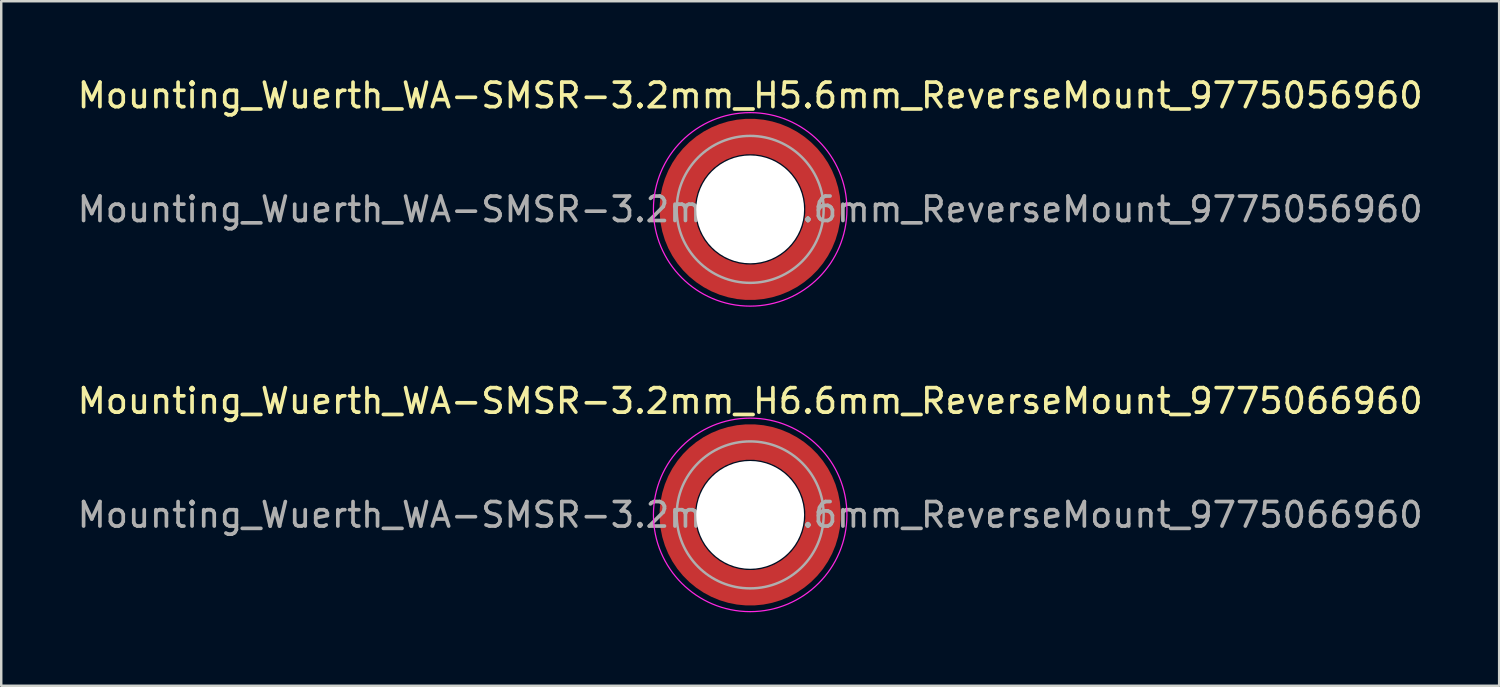
<source format=kicad_pcb>
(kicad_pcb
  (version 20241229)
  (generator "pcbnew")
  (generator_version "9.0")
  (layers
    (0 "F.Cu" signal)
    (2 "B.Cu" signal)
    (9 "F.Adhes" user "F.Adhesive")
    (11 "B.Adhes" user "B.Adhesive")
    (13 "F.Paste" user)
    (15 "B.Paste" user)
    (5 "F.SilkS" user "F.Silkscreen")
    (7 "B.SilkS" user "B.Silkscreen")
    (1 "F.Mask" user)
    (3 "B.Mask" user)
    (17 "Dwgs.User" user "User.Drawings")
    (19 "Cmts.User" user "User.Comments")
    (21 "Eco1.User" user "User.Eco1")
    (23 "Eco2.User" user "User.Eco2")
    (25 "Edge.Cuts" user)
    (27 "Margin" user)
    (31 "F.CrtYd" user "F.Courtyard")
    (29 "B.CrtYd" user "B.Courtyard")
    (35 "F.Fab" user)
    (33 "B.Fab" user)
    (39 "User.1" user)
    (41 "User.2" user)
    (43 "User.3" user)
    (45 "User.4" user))
  (footprint "Mounting_Wuerth_WA-SMSR-3.2mm_H5.6mm_ReverseMount_9775056960"
    (layer "F.Cu")
    (at 27.577 5.498)
    (property "Reference" "Mounting_Wuerth_WA-SMSR-3.2mm_H5.6mm_ReverseMount_9775056960" (at 0 -4.65 0) (layer "F.SilkS") (effects (font (size 1 1) (thickness 0.15))))
    (attr smd)
    (fp_circle (center 0 0) (end 3.95 0) (stroke (width 0.05) (type solid)) (fill no) (layer "F.CrtYd"))
    (fp_circle (center 0 0) (end 3 0) (stroke (width 0.1) (type solid)) (fill no) (layer "F.Fab"))
    (fp_text user "${REFERENCE}" (at 0 0 0) (layer "F.Fab") (effects (font (size 1 1) (thickness 0.15))))
    (pad "" smd custom (at -2.095 -2.095) (size 0.945 0.945) (layers "F.Paste") (options (anchor circle)) (primitives (gr_arc (start -0.24231 1.594804) (mid 0.404104 0.405534) (end 1.592827 -0.241886) (width 0.2)) (gr_arc (start -0.3398 1.594804) (mid 0.335987 0.338711) (end 1.591031 -0.339022) (width 0.2)) (gr_arc (start -0.437132 1.594804) (mid 0.268952 0.270807) (end 1.592231 -0.436623) (width 0.2)) (gr_arc (start -0.534324 1.594804) (mid 0.201345 0.203474) (end 1.591846 -0.53376) (width 0.2)) (gr_arc (start -0.631391 1.594804) (mid 0.134696 0.135183) (end 1.594126 -0.631267) (width 0.2)) (gr_arc (start -0.728345 1.594804) (mid 0.067234 0.067705) (end 1.594149 -0.728229) (width 0.2)) (gr_arc (start -0.825197 1.594804) (mid -0.001218 0.001219) (end 1.591408 -0.824614) (width 0.2)) (gr_arc (start -0.921958 1.594804) (mid -0.068952 -0.065985) (end 1.590665 -0.921269) (width 0.2)) (gr_arc (start -1.018637 1.594804) (mid -0.135972 -0.133906) (end 1.59192 -1.018172) (width 0.2)) (gr_arc (start -1.115239 1.594804) (mid -0.20428 -0.200537) (end 1.589574 -1.11442) (width 0.2)) (gr_arc (start -1.211773 1.594804) (mid -0.26993 -0.269828) (end 1.594662 -1.211752) (width 0.2)) (gr_arc (start -1.308244 1.594804) (mid -0.33911 -0.335587) (end 1.589875 -1.307516) (width 0.2)) (gr_arc (start -1.404657 1.594804) (mid -0.405633 -0.404004) (end 1.592524 -1.404331) (width 0.2)) (gr_arc (start -1.404657 1.594804) (mid -0.405633 -0.404004) (end 1.592524 -1.404331) (width 0.2)) (gr_line (start 1.595 -0.242) (end 1.595 -1.405) (width 0.2)) (gr_line (start -0.242 1.595) (end -1.405 1.595) (width 0.2))))
    (pad "" smd custom (at -2.095 2.095) (size 0.945 0.945) (layers "F.Paste") (options (anchor circle)) (primitives (gr_arc (start 1.594804 0.24231) (mid 0.405534 -0.404104) (end -0.241886 -1.592827) (width 0.2)) (gr_arc (start 1.594804 0.3398) (mid 0.338711 -0.335987) (end -0.339022 -1.591031) (width 0.2)) (gr_arc (start 1.594804 0.437132) (mid 0.270807 -0.268952) (end -0.436623 -1.592231) (width 0.2)) (gr_arc (start 1.594804 0.534324) (mid 0.203474 -0.201345) (end -0.53376 -1.591846) (width 0.2)) (gr_arc (start 1.594804 0.631391) (mid 0.135183 -0.134696) (end -0.631267 -1.594126) (width 0.2)) (gr_arc (start 1.594804 0.728345) (mid 0.067705 -0.067234) (end -0.728229 -1.594149) (width 0.2)) (gr_arc (start 1.594804 0.825197) (mid 0.001219 0.001218) (end -0.824614 -1.591408) (width 0.2)) (gr_arc (start 1.594804 0.921958) (mid -0.065985 0.068952) (end -0.921269 -1.590665) (width 0.2)) (gr_arc (start 1.594804 1.018637) (mid -0.133906 0.135972) (end -1.018172 -1.59192) (width 0.2)) (gr_arc (start 1.594804 1.115239) (mid -0.200537 0.20428) (end -1.11442 -1.589574) (width 0.2)) (gr_arc (start 1.594804 1.211773) (mid -0.269828 0.26993) (end -1.211752 -1.594662) (width 0.2)) (gr_arc (start 1.594804 1.308244) (mid -0.335587 0.33911) (end -1.307516 -1.589875) (width 0.2)) (gr_arc (start 1.594804 1.404657) (mid -0.404004 0.405633) (end -1.404331 -1.592524) (width 0.2)) (gr_arc (start 1.594804 1.404657) (mid -0.404004 0.405633) (end -1.404331 -1.592524) (width 0.2)) (gr_line (start -0.242 -1.595) (end -1.405 -1.595) (width 0.2)) (gr_line (start 1.595 0.242) (end 1.595 1.405) (width 0.2))))
    (pad "" np_thru_hole circle (at 0 0) (size 4.4 4.4) (drill 4.4) (layers "*.Cu" "*.Mask"))
    (pad "" smd custom (at 2.095 -2.095) (size 0.945 0.945) (layers "F.Paste") (options (anchor circle)) (primitives (gr_arc (start -1.594804 -0.24231) (mid -0.405534 0.404104) (end 0.241886 1.592827) (width 0.2)) (gr_arc (start -1.594804 -0.3398) (mid -0.338711 0.335987) (end 0.339022 1.591031) (width 0.2)) (gr_arc (start -1.594804 -0.437132) (mid -0.270807 0.268952) (end 0.436623 1.592231) (width 0.2)) (gr_arc (start -1.594804 -0.534324) (mid -0.203474 0.201345) (end 0.53376 1.591846) (width 0.2)) (gr_arc (start -1.594804 -0.631391) (mid -0.135183 0.134696) (end 0.631267 1.594126) (width 0.2)) (gr_arc (start -1.594804 -0.728345) (mid -0.067705 0.067234) (end 0.728229 1.594149) (width 0.2)) (gr_arc (start -1.594804 -0.825197) (mid -0.001219 -0.001218) (end 0.824614 1.591408) (width 0.2)) (gr_arc (start -1.594804 -0.921958) (mid 0.065985 -0.068952) (end 0.921269 1.590665) (width 0.2)) (gr_arc (start -1.594804 -1.018637) (mid 0.133906 -0.135972) (end 1.018172 1.59192) (width 0.2)) (gr_arc (start -1.594804 -1.115239) (mid 0.200537 -0.20428) (end 1.11442 1.589574) (width 0.2)) (gr_arc (start -1.594804 -1.211773) (mid 0.269828 -0.26993) (end 1.211752 1.594662) (width 0.2)) (gr_arc (start -1.594804 -1.308244) (mid 0.335587 -0.33911) (end 1.307516 1.589875) (width 0.2)) (gr_arc (start -1.594804 -1.404657) (mid 0.404004 -0.405633) (end 1.404331 1.592524) (width 0.2)) (gr_arc (start -1.594804 -1.404657) (mid 0.404004 -0.405633) (end 1.404331 1.592524) (width 0.2)) (gr_line (start 0.242 1.595) (end 1.405 1.595) (width 0.2)) (gr_line (start -1.595 -0.242) (end -1.595 -1.405) (width 0.2))))
    (pad "" smd custom (at 2.095 2.095) (size 0.945 0.945) (layers "F.Paste") (options (anchor circle)) (primitives (gr_arc (start 0.24231 -1.594804) (mid -0.404104 -0.405534) (end -1.592827 0.241886) (width 0.2)) (gr_arc (start 0.3398 -1.594804) (mid -0.335987 -0.338711) (end -1.591031 0.339022) (width 0.2)) (gr_arc (start 0.437132 -1.594804) (mid -0.268952 -0.270807) (end -1.592231 0.436623) (width 0.2)) (gr_arc (start 0.534324 -1.594804) (mid -0.201345 -0.203474) (end -1.591846 0.53376) (width 0.2)) (gr_arc (start 0.631391 -1.594804) (mid -0.134696 -0.135183) (end -1.594126 0.631267) (width 0.2)) (gr_arc (start 0.728345 -1.594804) (mid -0.067234 -0.067705) (end -1.594149 0.728229) (width 0.2)) (gr_arc (start 0.825197 -1.594804) (mid 0.001218 -0.001219) (end -1.591408 0.824614) (width 0.2)) (gr_arc (start 0.921958 -1.594804) (mid 0.068952 0.065985) (end -1.590665 0.921269) (width 0.2)) (gr_arc (start 1.018637 -1.594804) (mid 0.135972 0.133906) (end -1.59192 1.018172) (width 0.2)) (gr_arc (start 1.115239 -1.594804) (mid 0.20428 0.200537) (end -1.589574 1.11442) (width 0.2)) (gr_arc (start 1.211773 -1.594804) (mid 0.26993 0.269828) (end -1.594662 1.211752) (width 0.2)) (gr_arc (start 1.308244 -1.594804) (mid 0.33911 0.335587) (end -1.589875 1.307516) (width 0.2)) (gr_arc (start 1.404657 -1.594804) (mid 0.405633 0.404004) (end -1.592524 1.404331) (width 0.2)) (gr_arc (start 1.404657 -1.594804) (mid 0.405633 0.404004) (end -1.592524 1.404331) (width 0.2)) (gr_line (start -1.595 0.242) (end -1.595 1.405) (width 0.2)) (gr_line (start 0.242 -1.595) (end 1.405 -1.595) (width 0.2))))
    (pad "1" smd circle (at -2.975 0) (size 1.05 1.05) (layers "F.Cu"))
    (pad "1" smd circle (at 0 -2.975) (size 1.05 1.05) (layers "F.Cu"))
    (pad "1" smd circle (at 0 2.975) (size 1.05 1.05) (layers "F.Cu"))
    (pad "1" smd custom (at 2.975 0) (size 1.05 1.05) (layers "F.Cu" "F.Mask") (options (anchor circle)) (primitives (gr_circle (center -2.975 0) (end 0 0) (width 1.45) (fill no)))))
  (footprint "Mounting_Wuerth_WA-SMSR-3.2mm_H6.6mm_ReverseMount_9775066960"
    (layer "F.Cu")
    (at 27.577 17.971)
    (property "Reference" "Mounting_Wuerth_WA-SMSR-3.2mm_H6.6mm_ReverseMount_9775066960" (at 0 -4.65 0) (layer "F.SilkS") (effects (font (size 1 1) (thickness 0.15))))
    (attr smd)
    (fp_circle (center 0 0) (end 3.95 0) (stroke (width 0.05) (type solid)) (fill no) (layer "F.CrtYd"))
    (fp_circle (center 0 0) (end 3 0) (stroke (width 0.1) (type solid)) (fill no) (layer "F.Fab"))
    (fp_text user "${REFERENCE}" (at 0 0 0) (layer "F.Fab") (effects (font (size 1 1) (thickness 0.15))))
    (pad "" smd custom (at -2.095 -2.095) (size 0.945 0.945) (layers "F.Paste") (options (anchor circle)) (primitives (gr_arc (start -0.24231 1.594804) (mid 0.404104 0.405534) (end 1.592827 -0.241886) (width 0.2)) (gr_arc (start -0.3398 1.594804) (mid 0.335987 0.338711) (end 1.591031 -0.339022) (width 0.2)) (gr_arc (start -0.437132 1.594804) (mid 0.268952 0.270807) (end 1.592231 -0.436623) (width 0.2)) (gr_arc (start -0.534324 1.594804) (mid 0.201345 0.203474) (end 1.591846 -0.53376) (width 0.2)) (gr_arc (start -0.631391 1.594804) (mid 0.134696 0.135183) (end 1.594126 -0.631267) (width 0.2)) (gr_arc (start -0.728345 1.594804) (mid 0.067234 0.067705) (end 1.594149 -0.728229) (width 0.2)) (gr_arc (start -0.825197 1.594804) (mid -0.001218 0.001219) (end 1.591408 -0.824614) (width 0.2)) (gr_arc (start -0.921958 1.594804) (mid -0.068952 -0.065985) (end 1.590665 -0.921269) (width 0.2)) (gr_arc (start -1.018637 1.594804) (mid -0.135972 -0.133906) (end 1.59192 -1.018172) (width 0.2)) (gr_arc (start -1.115239 1.594804) (mid -0.20428 -0.200537) (end 1.589574 -1.11442) (width 0.2)) (gr_arc (start -1.211773 1.594804) (mid -0.26993 -0.269828) (end 1.594662 -1.211752) (width 0.2)) (gr_arc (start -1.308244 1.594804) (mid -0.33911 -0.335587) (end 1.589875 -1.307516) (width 0.2)) (gr_arc (start -1.404657 1.594804) (mid -0.405633 -0.404004) (end 1.592524 -1.404331) (width 0.2)) (gr_arc (start -1.404657 1.594804) (mid -0.405633 -0.404004) (end 1.592524 -1.404331) (width 0.2)) (gr_line (start 1.595 -0.242) (end 1.595 -1.405) (width 0.2)) (gr_line (start -0.242 1.595) (end -1.405 1.595) (width 0.2))))
    (pad "" smd custom (at -2.095 2.095) (size 0.945 0.945) (layers "F.Paste") (options (anchor circle)) (primitives (gr_arc (start 1.594804 0.24231) (mid 0.405534 -0.404104) (end -0.241886 -1.592827) (width 0.2)) (gr_arc (start 1.594804 0.3398) (mid 0.338711 -0.335987) (end -0.339022 -1.591031) (width 0.2)) (gr_arc (start 1.594804 0.437132) (mid 0.270807 -0.268952) (end -0.436623 -1.592231) (width 0.2)) (gr_arc (start 1.594804 0.534324) (mid 0.203474 -0.201345) (end -0.53376 -1.591846) (width 0.2)) (gr_arc (start 1.594804 0.631391) (mid 0.135183 -0.134696) (end -0.631267 -1.594126) (width 0.2)) (gr_arc (start 1.594804 0.728345) (mid 0.067705 -0.067234) (end -0.728229 -1.594149) (width 0.2)) (gr_arc (start 1.594804 0.825197) (mid 0.001219 0.001218) (end -0.824614 -1.591408) (width 0.2)) (gr_arc (start 1.594804 0.921958) (mid -0.065985 0.068952) (end -0.921269 -1.590665) (width 0.2)) (gr_arc (start 1.594804 1.018637) (mid -0.133906 0.135972) (end -1.018172 -1.59192) (width 0.2)) (gr_arc (start 1.594804 1.115239) (mid -0.200537 0.20428) (end -1.11442 -1.589574) (width 0.2)) (gr_arc (start 1.594804 1.211773) (mid -0.269828 0.26993) (end -1.211752 -1.594662) (width 0.2)) (gr_arc (start 1.594804 1.308244) (mid -0.335587 0.33911) (end -1.307516 -1.589875) (width 0.2)) (gr_arc (start 1.594804 1.404657) (mid -0.404004 0.405633) (end -1.404331 -1.592524) (width 0.2)) (gr_arc (start 1.594804 1.404657) (mid -0.404004 0.405633) (end -1.404331 -1.592524) (width 0.2)) (gr_line (start -0.242 -1.595) (end -1.405 -1.595) (width 0.2)) (gr_line (start 1.595 0.242) (end 1.595 1.405) (width 0.2))))
    (pad "" np_thru_hole circle (at 0 0) (size 4.4 4.4) (drill 4.4) (layers "*.Cu" "*.Mask"))
    (pad "" smd custom (at 2.095 -2.095) (size 0.945 0.945) (layers "F.Paste") (options (anchor circle)) (primitives (gr_arc (start -1.594804 -0.24231) (mid -0.405534 0.404104) (end 0.241886 1.592827) (width 0.2)) (gr_arc (start -1.594804 -0.3398) (mid -0.338711 0.335987) (end 0.339022 1.591031) (width 0.2)) (gr_arc (start -1.594804 -0.437132) (mid -0.270807 0.268952) (end 0.436623 1.592231) (width 0.2)) (gr_arc (start -1.594804 -0.534324) (mid -0.203474 0.201345) (end 0.53376 1.591846) (width 0.2)) (gr_arc (start -1.594804 -0.631391) (mid -0.135183 0.134696) (end 0.631267 1.594126) (width 0.2)) (gr_arc (start -1.594804 -0.728345) (mid -0.067705 0.067234) (end 0.728229 1.594149) (width 0.2)) (gr_arc (start -1.594804 -0.825197) (mid -0.001219 -0.001218) (end 0.824614 1.591408) (width 0.2)) (gr_arc (start -1.594804 -0.921958) (mid 0.065985 -0.068952) (end 0.921269 1.590665) (width 0.2)) (gr_arc (start -1.594804 -1.018637) (mid 0.133906 -0.135972) (end 1.018172 1.59192) (width 0.2)) (gr_arc (start -1.594804 -1.115239) (mid 0.200537 -0.20428) (end 1.11442 1.589574) (width 0.2)) (gr_arc (start -1.594804 -1.211773) (mid 0.269828 -0.26993) (end 1.211752 1.594662) (width 0.2)) (gr_arc (start -1.594804 -1.308244) (mid 0.335587 -0.33911) (end 1.307516 1.589875) (width 0.2)) (gr_arc (start -1.594804 -1.404657) (mid 0.404004 -0.405633) (end 1.404331 1.592524) (width 0.2)) (gr_arc (start -1.594804 -1.404657) (mid 0.404004 -0.405633) (end 1.404331 1.592524) (width 0.2)) (gr_line (start 0.242 1.595) (end 1.405 1.595) (width 0.2)) (gr_line (start -1.595 -0.242) (end -1.595 -1.405) (width 0.2))))
    (pad "" smd custom (at 2.095 2.095) (size 0.945 0.945) (layers "F.Paste") (options (anchor circle)) (primitives (gr_arc (start 0.24231 -1.594804) (mid -0.404104 -0.405534) (end -1.592827 0.241886) (width 0.2)) (gr_arc (start 0.3398 -1.594804) (mid -0.335987 -0.338711) (end -1.591031 0.339022) (width 0.2)) (gr_arc (start 0.437132 -1.594804) (mid -0.268952 -0.270807) (end -1.592231 0.436623) (width 0.2)) (gr_arc (start 0.534324 -1.594804) (mid -0.201345 -0.203474) (end -1.591846 0.53376) (width 0.2)) (gr_arc (start 0.631391 -1.594804) (mid -0.134696 -0.135183) (end -1.594126 0.631267) (width 0.2)) (gr_arc (start 0.728345 -1.594804) (mid -0.067234 -0.067705) (end -1.594149 0.728229) (width 0.2)) (gr_arc (start 0.825197 -1.594804) (mid 0.001218 -0.001219) (end -1.591408 0.824614) (width 0.2)) (gr_arc (start 0.921958 -1.594804) (mid 0.068952 0.065985) (end -1.590665 0.921269) (width 0.2)) (gr_arc (start 1.018637 -1.594804) (mid 0.135972 0.133906) (end -1.59192 1.018172) (width 0.2)) (gr_arc (start 1.115239 -1.594804) (mid 0.20428 0.200537) (end -1.589574 1.11442) (width 0.2)) (gr_arc (start 1.211773 -1.594804) (mid 0.26993 0.269828) (end -1.594662 1.211752) (width 0.2)) (gr_arc (start 1.308244 -1.594804) (mid 0.33911 0.335587) (end -1.589875 1.307516) (width 0.2)) (gr_arc (start 1.404657 -1.594804) (mid 0.405633 0.404004) (end -1.592524 1.404331) (width 0.2)) (gr_arc (start 1.404657 -1.594804) (mid 0.405633 0.404004) (end -1.592524 1.404331) (width 0.2)) (gr_line (start -1.595 0.242) (end -1.595 1.405) (width 0.2)) (gr_line (start 0.242 -1.595) (end 1.405 -1.595) (width 0.2))))
    (pad "1" smd circle (at -2.975 0) (size 1.05 1.05) (layers "F.Cu"))
    (pad "1" smd circle (at 0 -2.975) (size 1.05 1.05) (layers "F.Cu"))
    (pad "1" smd circle (at 0 2.975) (size 1.05 1.05) (layers "F.Cu"))
    (pad "1" smd custom (at 2.975 0) (size 1.05 1.05) (layers "F.Cu" "F.Mask") (options (anchor circle)) (primitives (gr_circle (center -2.975 0) (end 0 0) (width 1.45) (fill no)))))
  (gr_rect
    (start -3 -3)
    (end 58.155 24.947)
    (stroke (width 0.1) (type default))
    (fill no)
    (layer "Edge.Cuts")))
</source>
